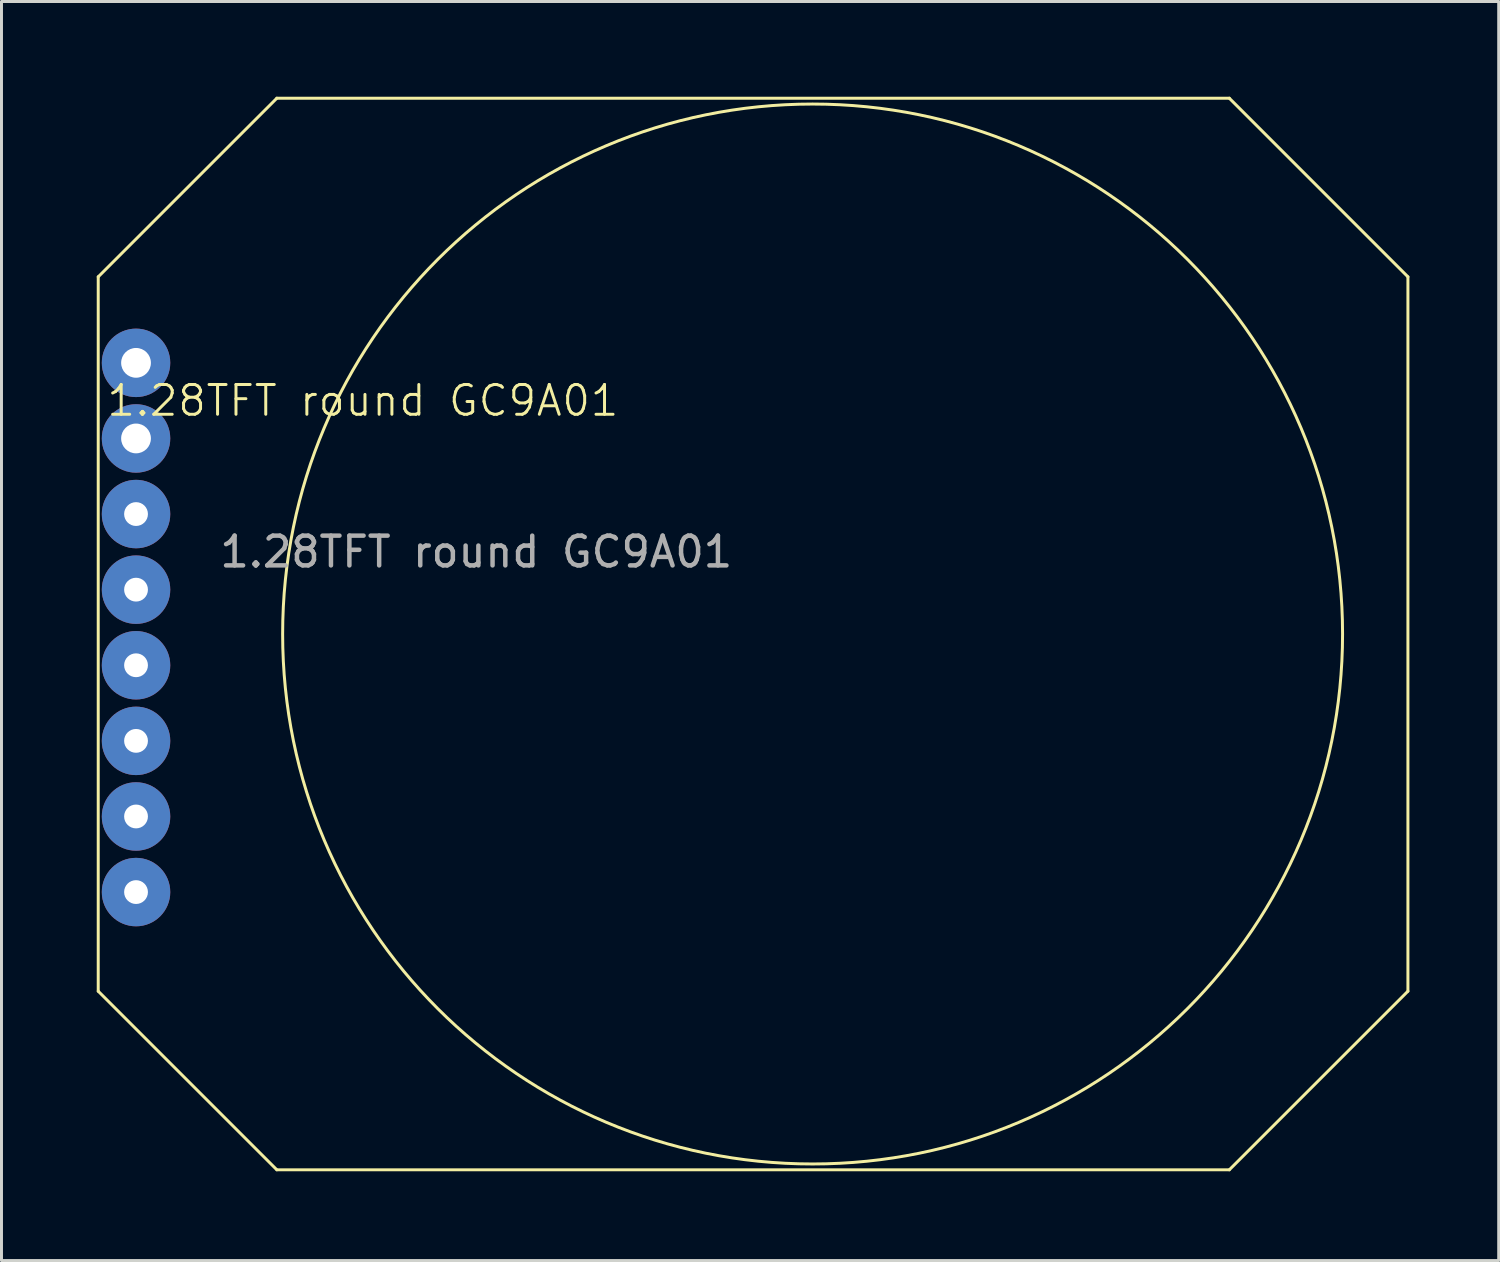
<source format=kicad_pcb>
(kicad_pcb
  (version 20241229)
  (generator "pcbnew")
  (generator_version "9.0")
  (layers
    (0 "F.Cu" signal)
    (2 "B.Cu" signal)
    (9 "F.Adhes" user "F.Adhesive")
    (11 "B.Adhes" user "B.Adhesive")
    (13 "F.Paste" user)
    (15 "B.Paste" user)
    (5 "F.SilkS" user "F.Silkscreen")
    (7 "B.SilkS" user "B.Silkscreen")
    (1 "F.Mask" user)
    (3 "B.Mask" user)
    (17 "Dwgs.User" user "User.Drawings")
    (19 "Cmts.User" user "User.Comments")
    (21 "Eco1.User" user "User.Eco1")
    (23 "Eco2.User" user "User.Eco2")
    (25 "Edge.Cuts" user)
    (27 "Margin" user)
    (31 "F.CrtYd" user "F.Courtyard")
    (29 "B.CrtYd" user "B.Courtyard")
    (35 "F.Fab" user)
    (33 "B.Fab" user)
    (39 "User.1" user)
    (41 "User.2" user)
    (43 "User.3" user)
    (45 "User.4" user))
  (footprint "1.28TFT round GC9A01"
    (layer "F.Cu")
    (at 0.25 0.25)
    (property "Reference" "1.28TFT round GC9A01" (at 8.89 10.16 0) (unlocked yes) (layer "F.SilkS") (effects (font (size 1 1) (thickness 0.1))))
    (attr through_hole)
    (fp_line (start 0 6) (end 6 0) (stroke (width 0.1) (type default)) (layer "F.SilkS"))
    (fp_line (start 0 30) (end 0 6) (stroke (width 0.1) (type default)) (layer "F.SilkS"))
    (fp_line (start 0 30) (end 6 36) (stroke (width 0.1) (type default)) (layer "F.SilkS"))
    (fp_line (start 6 0) (end 38 0) (stroke (width 0.1) (type default)) (layer "F.SilkS"))
    (fp_line (start 38 0) (end 44 6) (stroke (width 0.1) (type default)) (layer "F.SilkS"))
    (fp_line (start 38 36) (end 6 36) (stroke (width 0.1) (type default)) (layer "F.SilkS"))
    (fp_line (start 38 36) (end 44 30) (stroke (width 0.1) (type default)) (layer "F.SilkS"))
    (fp_line (start 44 6) (end 44 30) (stroke (width 0.1) (type default)) (layer "F.SilkS"))
    (fp_circle (center 24 18) (end 35 32) (stroke (width 0.1) (type default)) (fill no) (layer "F.SilkS"))
    (fp_text user "${REFERENCE}" (at 12.7 15.24 0) (unlocked yes) (layer "F.Fab") (effects (font (size 1 1) (thickness 0.15))))
    (pad "1" thru_hole circle (at 1.27 8.89) (size 2.3 2.3) (drill 1) (layers "*.Cu" "*.Mask"))
    (pad "2" thru_hole circle (at 1.27 11.43) (size 2.3 2.3) (drill 1) (layers "*.Cu" "*.Mask"))
    (pad "3" thru_hole circle (at 1.27 13.97) (size 2.3 2.3) (drill 0.8) (layers "*.Cu" "*.Mask"))
    (pad "4" thru_hole circle (at 1.27 16.51) (size 2.3 2.3) (drill 0.8) (layers "*.Cu" "*.Mask"))
    (pad "5" thru_hole circle (at 1.27 19.05) (size 2.3 2.3) (drill 0.8) (layers "*.Cu" "*.Mask"))
    (pad "6" thru_hole circle (at 1.27 21.59) (size 2.3 2.3) (drill 0.8) (layers "*.Cu" "*.Mask"))
    (pad "7" thru_hole circle (at 1.27 24.13) (size 2.3 2.3) (drill 0.8) (layers "*.Cu" "*.Mask"))
    (pad "8" thru_hole circle (at 1.27 26.67) (size 2.3 2.3) (drill 0.8) (layers "*.Cu" "*.Mask")))
  (gr_rect
    (start -3 -3)
    (end 47.3 39.3)
    (stroke (width 0.1) (type default))
    (fill no)
    (layer "Edge.Cuts")))
</source>
